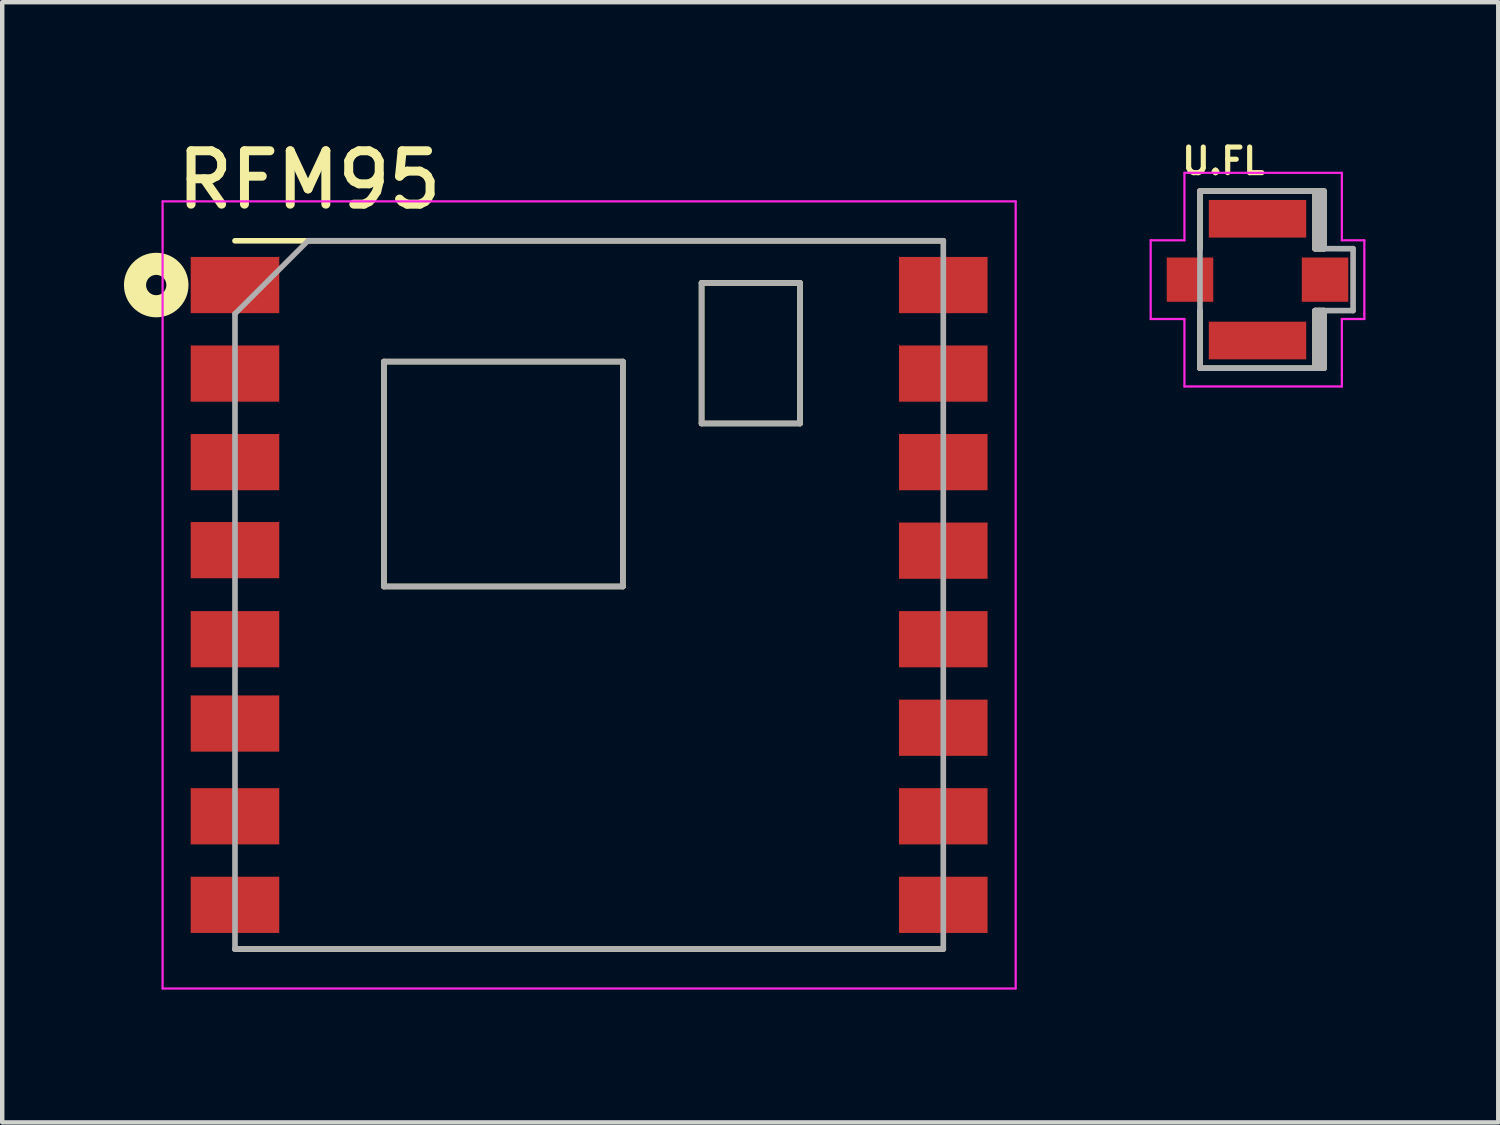
<source format=kicad_pcb>
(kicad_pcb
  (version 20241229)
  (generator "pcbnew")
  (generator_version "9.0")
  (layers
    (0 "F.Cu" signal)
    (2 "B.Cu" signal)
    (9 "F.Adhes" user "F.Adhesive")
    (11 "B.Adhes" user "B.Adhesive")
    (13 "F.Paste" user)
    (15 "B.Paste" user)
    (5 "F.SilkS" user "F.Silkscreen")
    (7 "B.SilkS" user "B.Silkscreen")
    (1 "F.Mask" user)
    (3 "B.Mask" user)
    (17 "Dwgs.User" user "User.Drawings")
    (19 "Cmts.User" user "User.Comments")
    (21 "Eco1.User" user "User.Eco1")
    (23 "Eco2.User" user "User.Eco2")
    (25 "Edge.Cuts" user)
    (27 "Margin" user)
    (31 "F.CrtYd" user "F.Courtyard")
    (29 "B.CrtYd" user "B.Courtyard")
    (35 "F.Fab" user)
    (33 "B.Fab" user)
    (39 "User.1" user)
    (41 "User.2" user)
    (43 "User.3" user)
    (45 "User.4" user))
  (footprint "U.FL"
    (layer "F.Cu")
    (at 25.356 3.267)
    (property "Reference" "U.FL" (at -1.77 -2.34 0) (layer "F.SilkS") (effects (font (size 0.579 0.579) (thickness 0.116)) (justify left bottom)))
    (attr smd)
    (fp_line (start -1.3 -0.7) (end -1.3 -2) (stroke (width 0.127) (type solid)) (layer "F.SilkS"))
    (fp_line (start -1.3 2) (end -1.3 0.7) (stroke (width 0.127) (type solid)) (layer "F.SilkS"))
    (fp_line (start -1.3 2) (end 1.3 2) (stroke (width 0.127) (type solid)) (layer "F.SilkS"))
    (fp_line (start 1.3 -2) (end -1.3 -2) (stroke (width 0.127) (type solid)) (layer "F.SilkS"))
    (fp_line (start 1.3 -0.7) (end 1.3 -2) (stroke (width 0.127) (type solid)) (layer "F.SilkS"))
    (fp_line (start 1.3 2) (end 1.3 0.7) (stroke (width 0.127) (type solid)) (layer "F.SilkS"))
    (fp_line (start 1.4 -0.7) (end 1.4 -2) (stroke (width 0.127) (type solid)) (layer "F.SilkS"))
    (fp_line (start 1.4 2) (end 1.4 0.7) (stroke (width 0.127) (type solid)) (layer "F.SilkS"))
    (fp_line (start 1.5 -2) (end 1.3 -2) (stroke (width 0.127) (type solid)) (layer "F.SilkS"))
    (fp_line (start 1.5 -0.7) (end 1.3 -0.7) (stroke (width 0.127) (type solid)) (layer "F.SilkS"))
    (fp_line (start 1.5 -0.7) (end 1.5 -2) (stroke (width 0.127) (type solid)) (layer "F.SilkS"))
    (fp_line (start 1.5 0.7) (end 1.3 0.7) (stroke (width 0.127) (type solid)) (layer "F.SilkS"))
    (fp_line (start 1.5 2) (end 1.3 2) (stroke (width 0.127) (type solid)) (layer "F.SilkS"))
    (fp_line (start 1.5 2) (end 1.5 0.7) (stroke (width 0.127) (type solid)) (layer "F.SilkS"))
    (fp_line (start -2.413 -0.889) (end -1.651 -0.889) (stroke (width 0.05) (type solid)) (layer "F.CrtYd"))
    (fp_line (start -2.413 0.889) (end -2.413 -0.889) (stroke (width 0.05) (type solid)) (layer "F.CrtYd"))
    (fp_line (start -1.651 -2.413) (end -1.524 -2.413) (stroke (width 0.05) (type solid)) (layer "F.CrtYd"))
    (fp_line (start -1.651 -0.889) (end -1.651 -2.413) (stroke (width 0.05) (type solid)) (layer "F.CrtYd"))
    (fp_line (start -1.651 0.889) (end -2.413 0.889) (stroke (width 0.05) (type solid)) (layer "F.CrtYd"))
    (fp_line (start -1.651 2.413) (end -1.651 0.889) (stroke (width 0.05) (type solid)) (layer "F.CrtYd"))
    (fp_line (start -1.524 -2.413) (end 1.905 -2.413) (stroke (width 0.05) (type solid)) (layer "F.CrtYd"))
    (fp_line (start 1.905 -2.413) (end 1.905 -0.889) (stroke (width 0.05) (type solid)) (layer "F.CrtYd"))
    (fp_line (start 1.905 -0.889) (end 2.413 -0.889) (stroke (width 0.05) (type solid)) (layer "F.CrtYd"))
    (fp_line (start 1.905 0.889) (end 1.905 2.159) (stroke (width 0.05) (type solid)) (layer "F.CrtYd"))
    (fp_line (start 1.905 2.159) (end 1.905 2.413) (stroke (width 0.05) (type solid)) (layer "F.CrtYd"))
    (fp_line (start 1.905 2.413) (end -1.651 2.413) (stroke (width 0.05) (type solid)) (layer "F.CrtYd"))
    (fp_line (start 2.413 -0.889) (end 2.413 0.762) (stroke (width 0.05) (type solid)) (layer "F.CrtYd"))
    (fp_line (start 2.413 0.762) (end 2.413 0.889) (stroke (width 0.05) (type solid)) (layer "F.CrtYd"))
    (fp_line (start 2.413 0.889) (end 1.905 0.889) (stroke (width 0.05) (type solid)) (layer "F.CrtYd"))
    (fp_line (start -1.3 -0.7) (end -1.3 -2) (stroke (width 0.127) (type solid)) (layer "F.Fab"))
    (fp_line (start -1.3 -0.7) (end -1.3 0.7) (stroke (width 0.127) (type solid)) (layer "F.Fab"))
    (fp_line (start -1.3 2) (end -1.3 0.7) (stroke (width 0.127) (type solid)) (layer "F.Fab"))
    (fp_line (start -1.3 2) (end 1.3 2) (stroke (width 0.127) (type solid)) (layer "F.Fab"))
    (fp_line (start 1.3 -2) (end -1.3 -2) (stroke (width 0.127) (type solid)) (layer "F.Fab"))
    (fp_line (start 1.3 -0.7) (end 1.3 -2) (stroke (width 0.127) (type solid)) (layer "F.Fab"))
    (fp_line (start 1.3 -0.7) (end 2.159 -0.699) (stroke (width 0.127) (type solid)) (layer "F.Fab"))
    (fp_line (start 1.3 2) (end 1.3 0.7) (stroke (width 0.127) (type solid)) (layer "F.Fab"))
    (fp_line (start 1.4 -0.7) (end 1.4 -2) (stroke (width 0.127) (type solid)) (layer "F.Fab"))
    (fp_line (start 1.4 2) (end 1.4 0.7) (stroke (width 0.127) (type solid)) (layer "F.Fab"))
    (fp_line (start 1.5 -2) (end 1.3 -2) (stroke (width 0.127) (type solid)) (layer "F.Fab"))
    (fp_line (start 1.5 -0.7) (end 1.3 -0.7) (stroke (width 0.127) (type solid)) (layer "F.Fab"))
    (fp_line (start 1.5 -0.7) (end 1.5 -2) (stroke (width 0.127) (type solid)) (layer "F.Fab"))
    (fp_line (start 1.5 0.7) (end 1.3 0.7) (stroke (width 0.127) (type solid)) (layer "F.Fab"))
    (fp_line (start 1.5 2) (end 1.3 2) (stroke (width 0.127) (type solid)) (layer "F.Fab"))
    (fp_line (start 1.5 2) (end 1.5 0.7) (stroke (width 0.127) (type solid)) (layer "F.Fab"))
    (fp_line (start 2.159 -0.699) (end 2.159 0.699) (stroke (width 0.127) (type solid)) (layer "F.Fab"))
    (fp_line (start 2.159 0.699) (end 1.3 0.7) (stroke (width 0.127) (type solid)) (layer "F.Fab"))
    (pad "1" smd rect (at 0 -1.375) (size 2.2 0.85) (layers "F.Cu" "F.Mask" "F.Paste"))
    (pad "2" smd rect (at 0 1.375) (size 2.2 0.85) (layers "F.Cu" "F.Mask" "F.Paste"))
    (pad "FEED" smd rect (at 1.525 0) (size 1.05 1) (layers "F.Cu" "F.Mask" "F.Paste"))
    (pad "NC" smd rect (at -1.525 0) (size 1.05 1) (layers "F.Cu" "F.Mask" "F.Paste")))
  (footprint "RFM95"
    (layer "F.Cu")
    (at 10.258 10.389)
    (property "Reference" "RFM95" (at -3.23 -10.08 0) (layer "F.SilkS") (effects (font (size 1.206 1.206) (thickness 0.203)) (justify right top)))
    (attr smd)
    (fp_line (start -8 8) (end 8 8) (stroke (width 0.127) (type solid)) (layer "F.SilkS"))
    (fp_line (start -4.636 -5.271) (end -4.636 -0.191) (stroke (width 0.127) (type solid)) (layer "F.SilkS"))
    (fp_line (start -4.636 -0.191) (end 0.762 -0.191) (stroke (width 0.127) (type solid)) (layer "F.SilkS"))
    (fp_line (start 0.762 -5.271) (end -4.636 -5.271) (stroke (width 0.127) (type solid)) (layer "F.SilkS"))
    (fp_line (start 0.762 -0.191) (end 0.762 -5.271) (stroke (width 0.127) (type solid)) (layer "F.SilkS"))
    (fp_line (start 2.54 -7.048) (end 2.54 -3.873) (stroke (width 0.127) (type solid)) (layer "F.SilkS"))
    (fp_line (start 2.54 -3.873) (end 4.763 -3.873) (stroke (width 0.127) (type solid)) (layer "F.SilkS"))
    (fp_line (start 4.763 -7.048) (end 2.54 -7.048) (stroke (width 0.127) (type solid)) (layer "F.SilkS"))
    (fp_line (start 4.763 -3.873) (end 4.763 -7.048) (stroke (width 0.127) (type solid)) (layer "F.SilkS"))
    (fp_line (start 8 -8) (end -8 -8) (stroke (width 0.127) (type solid)) (layer "F.SilkS"))
    (fp_circle (center -9.779 -7) (end -9.55 -7) (stroke (width 0.5) (type solid)) (fill no) (layer "F.SilkS"))
    (fp_line (start -9.635 -8.89) (end -9.635 8.89) (stroke (width 0.05) (type solid)) (layer "F.CrtYd"))
    (fp_line (start -9.635 8.89) (end 9.635 8.89) (stroke (width 0.05) (type solid)) (layer "F.CrtYd"))
    (fp_line (start 9.635 -8.89) (end -9.635 -8.89) (stroke (width 0.05) (type solid)) (layer "F.CrtYd"))
    (fp_line (start 9.635 8.89) (end 9.635 -8.89) (stroke (width 0.05) (type solid)) (layer "F.CrtYd"))
    (fp_line (start -8.001 -6.35) (end -6.35 -8.001) (stroke (width 0.12) (type solid)) (layer "F.Fab"))
    (fp_line (start -8 -6.35) (end -8 8) (stroke (width 0.127) (type solid)) (layer "F.Fab"))
    (fp_line (start -8 8) (end 8 8) (stroke (width 0.127) (type solid)) (layer "F.Fab"))
    (fp_line (start -4.636 -5.271) (end -4.636 -0.191) (stroke (width 0.127) (type solid)) (layer "F.Fab"))
    (fp_line (start -4.636 -0.191) (end 0.762 -0.191) (stroke (width 0.127) (type solid)) (layer "F.Fab"))
    (fp_line (start 0.762 -5.271) (end -4.636 -5.271) (stroke (width 0.127) (type solid)) (layer "F.Fab"))
    (fp_line (start 0.762 -0.191) (end 0.762 -5.271) (stroke (width 0.127) (type solid)) (layer "F.Fab"))
    (fp_line (start 2.54 -7.048) (end 2.54 -3.873) (stroke (width 0.127) (type solid)) (layer "F.Fab"))
    (fp_line (start 2.54 -3.873) (end 4.763 -3.873) (stroke (width 0.127) (type solid)) (layer "F.Fab"))
    (fp_line (start 4.763 -7.048) (end 2.54 -7.048) (stroke (width 0.127) (type solid)) (layer "F.Fab"))
    (fp_line (start 4.763 -3.873) (end 4.763 -7.048) (stroke (width 0.127) (type solid)) (layer "F.Fab"))
    (fp_line (start 8 -8.001) (end -6.35 -8.001) (stroke (width 0.127) (type solid)) (layer "F.Fab"))
    (fp_line (start 8 -8) (end 8 8) (stroke (width 0.127) (type solid)) (layer "F.Fab"))
    (pad "1" smd rect (at -8 -7 180) (size 2 1.27) (layers "F.Cu" "F.Mask" "F.Paste"))
    (pad "2" smd rect (at -8 -5) (size 2 1.27) (layers "F.Cu" "F.Mask" "F.Paste"))
    (pad "3" smd rect (at -8 -3) (size 2 1.27) (layers "F.Cu" "F.Mask" "F.Paste"))
    (pad "4" smd rect (at -8 -1.012) (size 2 1.27) (layers "F.Cu" "F.Mask" "F.Paste"))
    (pad "5" smd rect (at -8 1 180) (size 2 1.27) (layers "F.Cu" "F.Mask" "F.Paste"))
    (pad "6" smd rect (at -8 2.905 180) (size 2 1.27) (layers "F.Cu" "F.Mask" "F.Paste"))
    (pad "7" smd rect (at -8 5) (size 2 1.27) (layers "F.Cu" "F.Mask" "F.Paste"))
    (pad "8" smd rect (at -8 7) (size 2 1.27) (layers "F.Cu" "F.Mask" "F.Paste"))
    (pad "9" smd rect (at 8 7) (size 2 1.27) (layers "F.Cu" "F.Mask" "F.Paste"))
    (pad "10" smd rect (at 8 5) (size 2 1.27) (layers "F.Cu" "F.Mask" "F.Paste"))
    (pad "11" smd rect (at 8 3) (size 2 1.27) (layers "F.Cu" "F.Mask" "F.Paste"))
    (pad "12" smd rect (at 8 1) (size 2 1.27) (layers "F.Cu" "F.Mask" "F.Paste"))
    (pad "13" smd rect (at 8 -1) (size 2 1.27) (layers "F.Cu" "F.Mask" "F.Paste"))
    (pad "14" smd rect (at 8 -3) (size 2 1.27) (layers "F.Cu" "F.Mask" "F.Paste"))
    (pad "15" smd rect (at 8 -5 180) (size 2 1.27) (layers "F.Cu" "F.Mask" "F.Paste"))
    (pad "16" smd rect (at 8 -7 180) (size 2 1.27) (layers "F.Cu" "F.Mask" "F.Paste")))
  (gr_rect
    (start -3 -3)
    (end 30.794 22.304)
    (stroke (width 0.1) (type default))
    (fill no)
    (layer "Edge.Cuts")))
</source>
